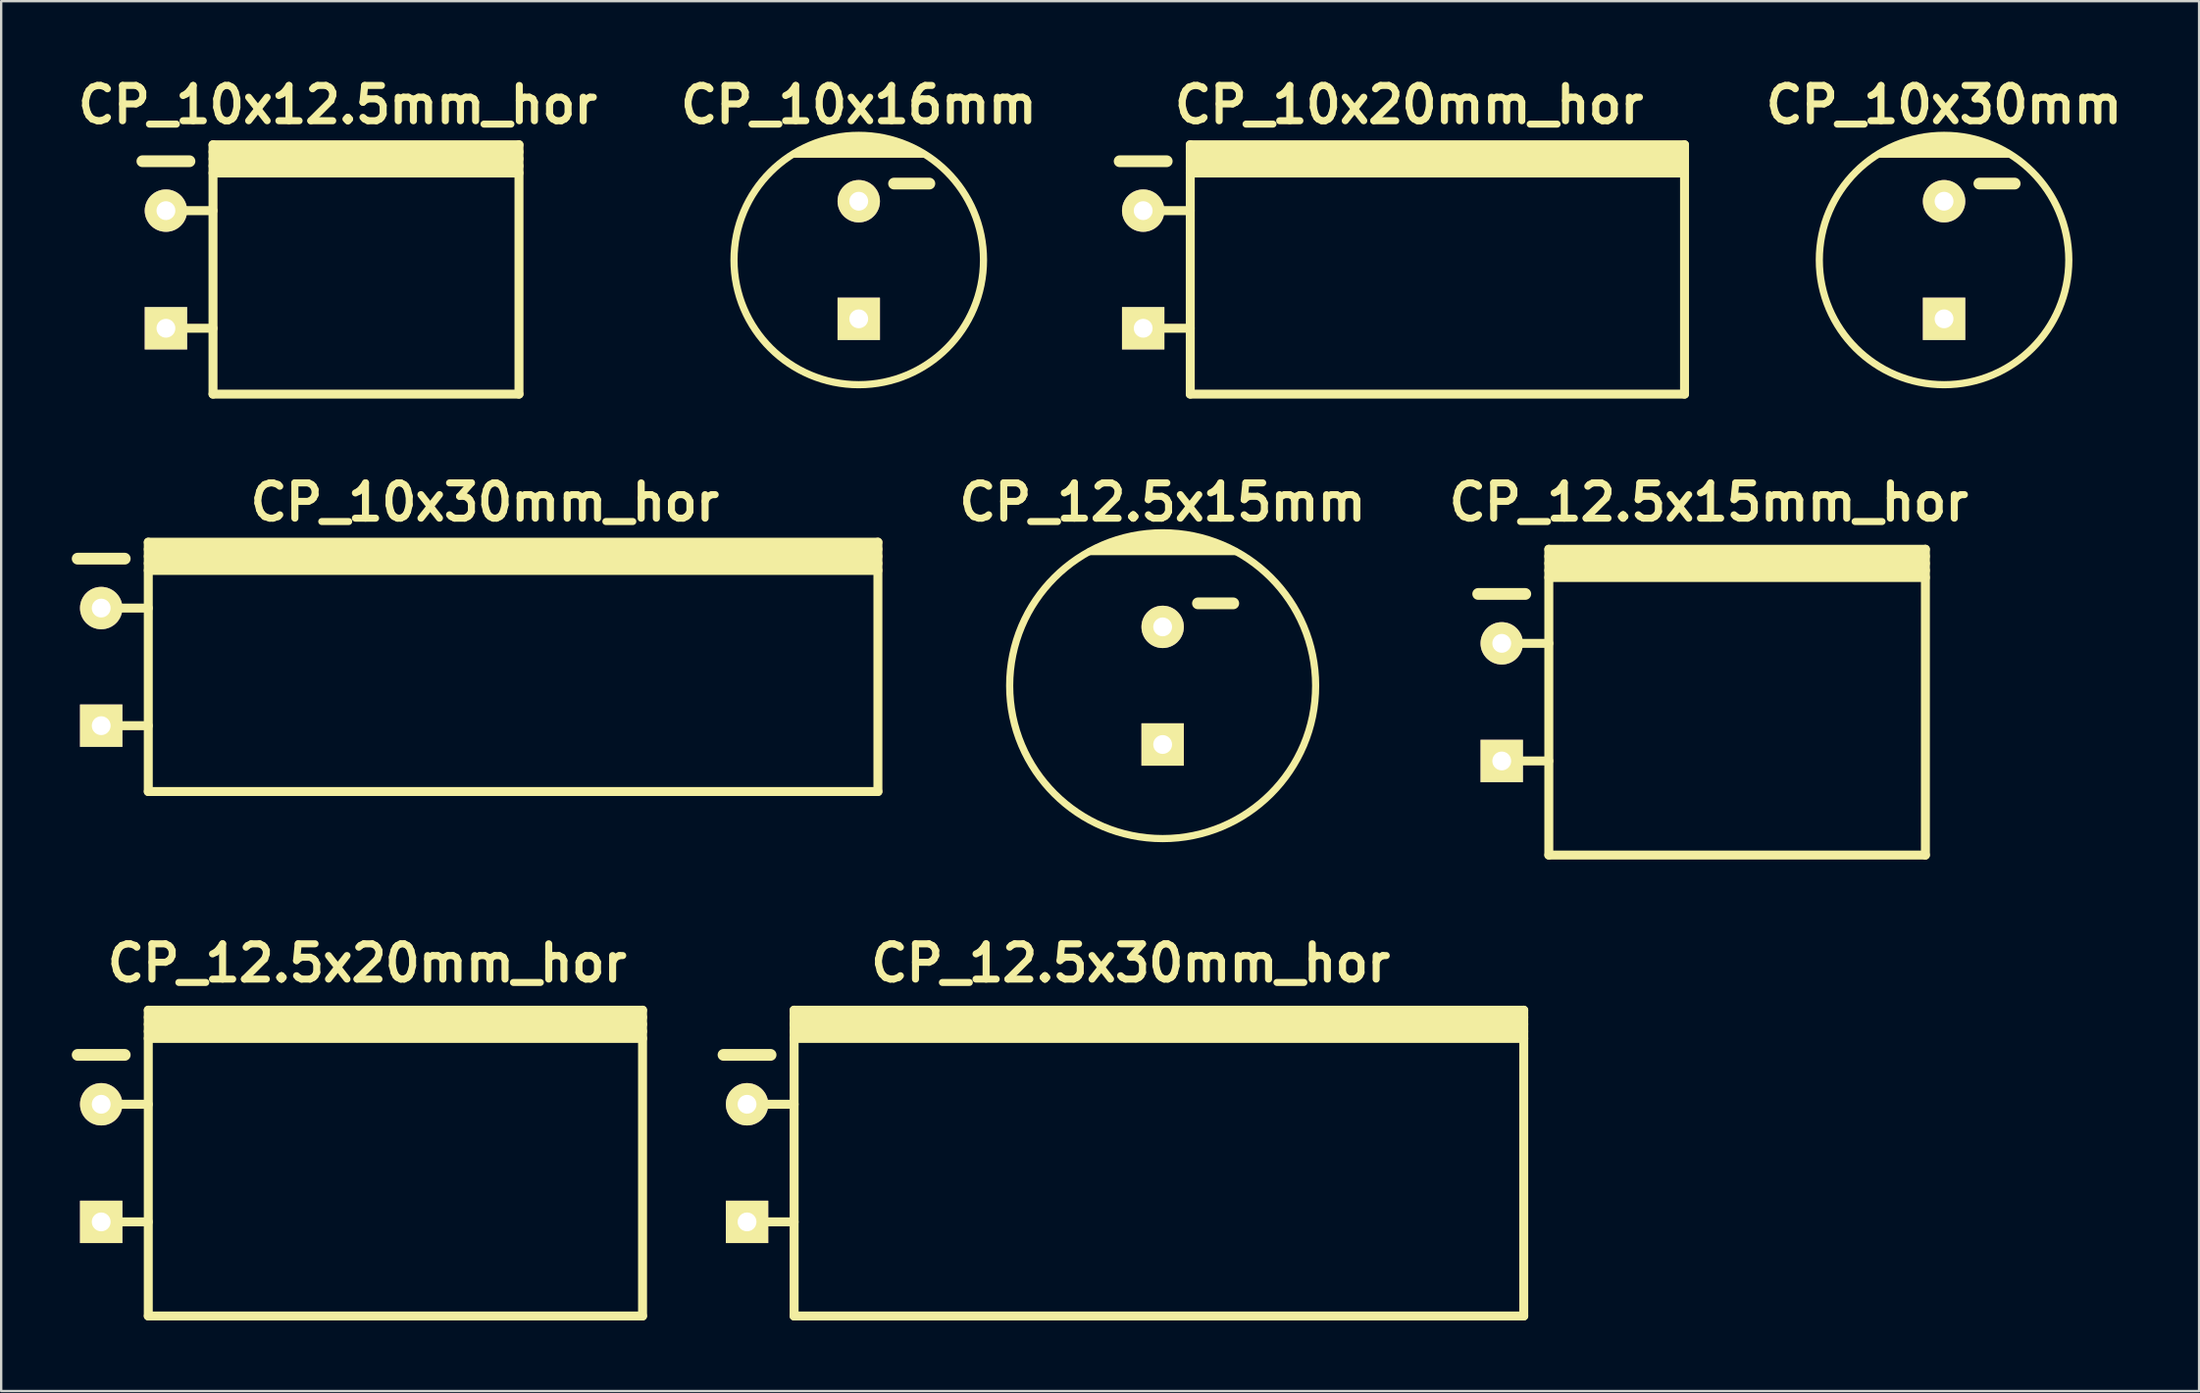
<source format=kicad_pcb>
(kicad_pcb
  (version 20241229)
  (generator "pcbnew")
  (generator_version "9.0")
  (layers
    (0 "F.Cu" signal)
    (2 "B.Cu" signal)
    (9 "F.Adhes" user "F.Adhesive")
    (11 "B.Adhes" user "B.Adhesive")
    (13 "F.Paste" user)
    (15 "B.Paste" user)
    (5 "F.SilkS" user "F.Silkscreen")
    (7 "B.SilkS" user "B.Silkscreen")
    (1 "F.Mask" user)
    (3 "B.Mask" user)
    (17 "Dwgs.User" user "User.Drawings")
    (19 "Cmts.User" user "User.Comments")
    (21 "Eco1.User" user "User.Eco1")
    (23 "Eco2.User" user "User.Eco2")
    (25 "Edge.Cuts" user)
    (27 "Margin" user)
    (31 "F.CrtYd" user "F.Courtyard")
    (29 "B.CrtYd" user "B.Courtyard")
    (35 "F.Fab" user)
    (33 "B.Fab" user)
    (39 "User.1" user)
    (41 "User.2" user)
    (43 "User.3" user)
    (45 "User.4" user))
  (footprint "CP_12.5x20mm_hor"
    (layer "F.Cu")
    (at 12.55 46.393)
    (property "Reference" "CP_12.5x20mm_hor" (at 0 -8.5 0) (layer "F.SilkS") (effects (font (size 1.5 1.5) (thickness 0.3))))
    (attr through_hole)
    (fp_line (start -12.3 -4.6) (end -10.3 -4.6) (stroke (width 0.5) (type solid)) (layer "F.SilkS"))
    (fp_line (start -11.3 -2.5) (end -9.3 -2.5) (stroke (width 0.381) (type solid)) (layer "F.SilkS"))
    (fp_line (start -11.3 2.5) (end -9.3 2.5) (stroke (width 0.381) (type solid)) (layer "F.SilkS"))
    (fp_line (start -9.3 -6.2) (end 11.7 -6.2) (stroke (width 0.381) (type solid)) (layer "F.SilkS"))
    (fp_line (start -9.3 -5.9) (end 11.7 -5.9) (stroke (width 0.381) (type solid)) (layer "F.SilkS"))
    (fp_line (start -9.3 -5.6) (end 11.7 -5.6) (stroke (width 0.381) (type solid)) (layer "F.SilkS"))
    (fp_line (start -9.3 -5.3) (end 11.7 -5.3) (stroke (width 0.381) (type solid)) (layer "F.SilkS"))
    (fp_line (start -9.3 6.5) (end -9.3 -6.5) (stroke (width 0.381) (type solid)) (layer "F.SilkS"))
    (fp_line (start 11.7 -6.5) (end -9.3 -6.5) (stroke (width 0.381) (type solid)) (layer "F.SilkS"))
    (fp_line (start 11.7 -6.5) (end 11.7 6.5) (stroke (width 0.381) (type solid)) (layer "F.SilkS"))
    (fp_line (start 11.7 6.5) (end -9.3 6.5) (stroke (width 0.381) (type solid)) (layer "F.SilkS"))
    (pad "1" thru_hole rect (at -11.3 2.5) (size 1.8 1.8) (drill 0.8) (layers "*.Cu" "*.Mask" "F.SilkS"))
    (pad "2" thru_hole circle (at -11.3 -2.5) (size 1.8 1.8) (drill 0.8) (layers "*.Cu" "*.Mask" "F.SilkS")))
  (footprint "CP_12.5x30mm_hor"
    (layer "F.Cu")
    (at 44.99 46.393)
    (property "Reference" "CP_12.5x30mm_hor" (at 0 -8.5 0) (layer "F.SilkS") (effects (font (size 1.5 1.5) (thickness 0.3))))
    (attr through_hole)
    (fp_line (start -17.3 -4.6) (end -15.3 -4.6) (stroke (width 0.5) (type solid)) (layer "F.SilkS"))
    (fp_line (start -16.3 -2.5) (end -14.3 -2.5) (stroke (width 0.381) (type solid)) (layer "F.SilkS"))
    (fp_line (start -16.3 2.5) (end -14.3 2.5) (stroke (width 0.381) (type solid)) (layer "F.SilkS"))
    (fp_line (start -14.3 -6.2) (end 16.7 -6.2) (stroke (width 0.381) (type solid)) (layer "F.SilkS"))
    (fp_line (start -14.3 -5.9) (end 16.7 -5.9) (stroke (width 0.381) (type solid)) (layer "F.SilkS"))
    (fp_line (start -14.3 -5.6) (end 16.7 -5.6) (stroke (width 0.381) (type solid)) (layer "F.SilkS"))
    (fp_line (start -14.3 -5.3) (end 16.7 -5.3) (stroke (width 0.381) (type solid)) (layer "F.SilkS"))
    (fp_line (start -14.3 6.5) (end -14.3 -6.5) (stroke (width 0.381) (type solid)) (layer "F.SilkS"))
    (fp_line (start 16.7 -6.5) (end -14.3 -6.5) (stroke (width 0.381) (type solid)) (layer "F.SilkS"))
    (fp_line (start 16.7 -6.5) (end 16.7 6.5) (stroke (width 0.381) (type solid)) (layer "F.SilkS"))
    (fp_line (start 16.7 6.5) (end -14.3 6.5) (stroke (width 0.381) (type solid)) (layer "F.SilkS"))
    (pad "1" thru_hole rect (at -16.3 2.5) (size 1.8 1.8) (drill 0.8) (layers "*.Cu" "*.Mask" "F.SilkS"))
    (pad "2" thru_hole circle (at -16.3 -2.5) (size 1.8 1.8) (drill 0.8) (layers "*.Cu" "*.Mask" "F.SilkS")))
  (footprint "CP_10x16mm"
    (layer "F.Cu")
    (at 33.436 8.004)
    (property "Reference" "CP_10x16mm" (at 0 -6.6 0) (layer "F.SilkS") (effects (font (size 1.5 1.5) (thickness 0.3))))
    (attr through_hole)
    (fp_line (start -2.7 -4.5) (end 2.7 -4.5) (stroke (width 0.305) (type solid)) (layer "F.SilkS"))
    (fp_line (start -1.3 -5.1) (end 1.3 -5.1) (stroke (width 0.305) (type solid)) (layer "F.SilkS"))
    (fp_line (start 1.5 -3.25) (end 3 -3.25) (stroke (width 0.5) (type solid)) (layer "F.SilkS"))
    (fp_line (start 1.9 -4.9) (end -1.9 -4.9) (stroke (width 0.305) (type solid)) (layer "F.SilkS"))
    (fp_line (start 2.3 -4.7) (end -2.3 -4.7) (stroke (width 0.305) (type solid)) (layer "F.SilkS"))
    (fp_circle (center 0 0) (end -5.3 0) (stroke (width 0.305) (type solid)) (fill no) (layer "F.SilkS"))
    (pad "1" thru_hole rect (at 0 2.5) (size 1.8 1.8) (drill 0.8) (layers "*.Cu" "*.Mask" "F.SilkS"))
    (pad "2" thru_hole circle (at 0 -2.5) (size 1.8 1.8) (drill 0.8) (layers "*.Cu" "*.Mask" "F.SilkS")))
  (footprint "CP_10x20mm_hor"
    (layer "F.Cu")
    (at 56.821 8.404)
    (property "Reference" "CP_10x20mm_hor" (at 0 -7 0) (layer "F.SilkS") (effects (font (size 1.5 1.5) (thickness 0.3))))
    (attr through_hole)
    (fp_line (start -12.3 -4.6) (end -10.3 -4.6) (stroke (width 0.5) (type solid)) (layer "F.SilkS"))
    (fp_line (start -11.3 -2.5) (end -9.3 -2.5) (stroke (width 0.381) (type solid)) (layer "F.SilkS"))
    (fp_line (start -11.3 2.5) (end -9.3 2.5) (stroke (width 0.381) (type solid)) (layer "F.SilkS"))
    (fp_line (start -9.3 -5) (end 11.7 -5) (stroke (width 0.381) (type solid)) (layer "F.SilkS"))
    (fp_line (start -9.3 -4.7) (end 11.7 -4.7) (stroke (width 0.381) (type solid)) (layer "F.SilkS"))
    (fp_line (start -9.3 -4.4) (end 11.7 -4.4) (stroke (width 0.381) (type solid)) (layer "F.SilkS"))
    (fp_line (start -9.3 -4.1) (end 11.7 -4.1) (stroke (width 0.381) (type solid)) (layer "F.SilkS"))
    (fp_line (start -9.3 5.3) (end -9.3 -5.3) (stroke (width 0.381) (type solid)) (layer "F.SilkS"))
    (fp_line (start 11.7 -5.3) (end -9.3 -5.3) (stroke (width 0.381) (type solid)) (layer "F.SilkS"))
    (fp_line (start 11.7 -5.3) (end 11.7 5.3) (stroke (width 0.381) (type solid)) (layer "F.SilkS"))
    (fp_line (start 11.7 5.3) (end -9.3 5.3) (stroke (width 0.381) (type solid)) (layer "F.SilkS"))
    (pad "1" thru_hole rect (at -11.3 2.5) (size 1.8 1.8) (drill 0.8) (layers "*.Cu" "*.Mask" "F.SilkS"))
    (pad "2" thru_hole circle (at -11.3 -2.5) (size 1.8 1.8) (drill 0.8) (layers "*.Cu" "*.Mask" "F.SilkS")))
  (footprint "CP_12.5x15mm"
    (layer "F.Cu")
    (at 46.348 26.099)
    (property "Reference" "CP_12.5x15mm" (at 0 -7.8 0) (layer "F.SilkS") (effects (font (size 1.5 1.5) (thickness 0.3))))
    (attr through_hole)
    (fp_line (start -3.1 -5.7) (end 3.1 -5.7) (stroke (width 0.305) (type solid)) (layer "F.SilkS"))
    (fp_line (start -1.4 -6.3) (end 1.4 -6.3) (stroke (width 0.305) (type solid)) (layer "F.SilkS"))
    (fp_line (start 1.5 -3.5) (end 3 -3.5) (stroke (width 0.5) (type solid)) (layer "F.SilkS"))
    (fp_line (start 2 -6.1) (end -2 -6.1) (stroke (width 0.305) (type solid)) (layer "F.SilkS"))
    (fp_line (start 2.4 -5.9) (end -2.4 -5.9) (stroke (width 0.305) (type solid)) (layer "F.SilkS"))
    (fp_circle (center 0 0) (end -6.5 0) (stroke (width 0.305) (type solid)) (fill no) (layer "F.SilkS"))
    (pad "1" thru_hole rect (at 0 2.5) (size 1.8 1.8) (drill 0.8) (layers "*.Cu" "*.Mask" "F.SilkS"))
    (pad "2" thru_hole circle (at 0 -2.5) (size 1.8 1.8) (drill 0.8) (layers "*.Cu" "*.Mask" "F.SilkS")))
  (footprint "CP_10x30mm"
    (layer "F.Cu")
    (at 79.548 8.004)
    (property "Reference" "CP_10x30mm" (at 0 -6.6 0) (layer "F.SilkS") (effects (font (size 1.5 1.5) (thickness 0.3))))
    (attr through_hole)
    (fp_line (start -2.7 -4.5) (end 2.7 -4.5) (stroke (width 0.305) (type solid)) (layer "F.SilkS"))
    (fp_line (start -1.3 -5.1) (end 1.3 -5.1) (stroke (width 0.305) (type solid)) (layer "F.SilkS"))
    (fp_line (start 1.5 -3.25) (end 3 -3.25) (stroke (width 0.5) (type solid)) (layer "F.SilkS"))
    (fp_line (start 1.9 -4.9) (end -1.9 -4.9) (stroke (width 0.305) (type solid)) (layer "F.SilkS"))
    (fp_line (start 2.3 -4.7) (end -2.3 -4.7) (stroke (width 0.305) (type solid)) (layer "F.SilkS"))
    (fp_circle (center 0 0) (end -5.3 0) (stroke (width 0.305) (type solid)) (fill no) (layer "F.SilkS"))
    (pad "1" thru_hole rect (at 0 2.5) (size 1.8 1.8) (drill 0.8) (layers "*.Cu" "*.Mask" "F.SilkS"))
    (pad "2" thru_hole circle (at 0 -2.5) (size 1.8 1.8) (drill 0.8) (layers "*.Cu" "*.Mask" "F.SilkS")))
  (footprint "CP_12.5x15mm_hor"
    (layer "F.Cu")
    (at 69.555 26.799)
    (property "Reference" "CP_12.5x15mm_hor" (at 0 -8.5 0) (layer "F.SilkS") (effects (font (size 1.5 1.5) (thickness 0.3))))
    (attr through_hole)
    (fp_line (start -9.8 -4.6) (end -7.8 -4.6) (stroke (width 0.5) (type solid)) (layer "F.SilkS"))
    (fp_line (start -8.8 -2.5) (end -6.8 -2.5) (stroke (width 0.381) (type solid)) (layer "F.SilkS"))
    (fp_line (start -8.8 2.5) (end -6.8 2.5) (stroke (width 0.381) (type solid)) (layer "F.SilkS"))
    (fp_line (start -6.8 -6.2) (end 9.2 -6.2) (stroke (width 0.381) (type solid)) (layer "F.SilkS"))
    (fp_line (start -6.8 -5.9) (end 9.2 -5.9) (stroke (width 0.381) (type solid)) (layer "F.SilkS"))
    (fp_line (start -6.8 -5.6) (end 9.2 -5.6) (stroke (width 0.381) (type solid)) (layer "F.SilkS"))
    (fp_line (start -6.8 -5.3) (end 9.2 -5.3) (stroke (width 0.381) (type solid)) (layer "F.SilkS"))
    (fp_line (start -6.8 6.5) (end -6.8 -6.5) (stroke (width 0.381) (type solid)) (layer "F.SilkS"))
    (fp_line (start 9.2 -6.5) (end -6.8 -6.5) (stroke (width 0.381) (type solid)) (layer "F.SilkS"))
    (fp_line (start 9.2 -6.5) (end 9.2 6.5) (stroke (width 0.381) (type solid)) (layer "F.SilkS"))
    (fp_line (start 9.2 6.5) (end -6.8 6.5) (stroke (width 0.381) (type solid)) (layer "F.SilkS"))
    (pad "1" thru_hole rect (at -8.8 2.5) (size 1.8 1.8) (drill 0.8) (layers "*.Cu" "*.Mask" "F.SilkS"))
    (pad "2" thru_hole circle (at -8.8 -2.5) (size 1.8 1.8) (drill 0.8) (layers "*.Cu" "*.Mask" "F.SilkS")))
  (footprint "CP_10x12.5mm_hor"
    (layer "F.Cu")
    (at 11.3 8.404)
    (property "Reference" "CP_10x12.5mm_hor" (at 0 -7 0) (layer "F.SilkS") (effects (font (size 1.5 1.5) (thickness 0.3))))
    (attr through_hole)
    (fp_line (start -8.3 -4.6) (end -6.3 -4.6) (stroke (width 0.5) (type solid)) (layer "F.SilkS"))
    (fp_line (start -7.3 -2.5) (end -5.3 -2.5) (stroke (width 0.381) (type solid)) (layer "F.SilkS"))
    (fp_line (start -7.3 2.5) (end -5.3 2.5) (stroke (width 0.381) (type solid)) (layer "F.SilkS"))
    (fp_line (start -5.3 -5) (end 7.7 -5) (stroke (width 0.381) (type solid)) (layer "F.SilkS"))
    (fp_line (start -5.3 -4.7) (end 7.7 -4.7) (stroke (width 0.381) (type solid)) (layer "F.SilkS"))
    (fp_line (start -5.3 -4.4) (end 7.7 -4.4) (stroke (width 0.381) (type solid)) (layer "F.SilkS"))
    (fp_line (start -5.3 -4.1) (end 7.7 -4.1) (stroke (width 0.381) (type solid)) (layer "F.SilkS"))
    (fp_line (start -5.3 5.3) (end -5.3 -5.3) (stroke (width 0.381) (type solid)) (layer "F.SilkS"))
    (fp_line (start 7.7 -5.3) (end -5.3 -5.3) (stroke (width 0.381) (type solid)) (layer "F.SilkS"))
    (fp_line (start 7.7 -5.3) (end 7.7 5.3) (stroke (width 0.381) (type solid)) (layer "F.SilkS"))
    (fp_line (start 7.7 5.3) (end -5.3 5.3) (stroke (width 0.381) (type solid)) (layer "F.SilkS"))
    (pad "1" thru_hole rect (at -7.3 2.5) (size 1.8 1.8) (drill 0.8) (layers "*.Cu" "*.Mask" "F.SilkS"))
    (pad "2" thru_hole circle (at -7.3 -2.5) (size 1.8 1.8) (drill 0.8) (layers "*.Cu" "*.Mask" "F.SilkS")))
  (footprint "CP_10x30mm_hor"
    (layer "F.Cu")
    (at 17.55 25.299)
    (property "Reference" "CP_10x30mm_hor" (at 0 -7 0) (layer "F.SilkS") (effects (font (size 1.5 1.5) (thickness 0.3))))
    (attr through_hole)
    (fp_line (start -17.3 -4.6) (end -15.3 -4.6) (stroke (width 0.5) (type solid)) (layer "F.SilkS"))
    (fp_line (start -16.3 -2.5) (end -14.3 -2.5) (stroke (width 0.381) (type solid)) (layer "F.SilkS"))
    (fp_line (start -16.3 2.5) (end -14.3 2.5) (stroke (width 0.381) (type solid)) (layer "F.SilkS"))
    (fp_line (start -14.3 -5) (end 16.7 -5) (stroke (width 0.381) (type solid)) (layer "F.SilkS"))
    (fp_line (start -14.3 -4.7) (end 16.7 -4.7) (stroke (width 0.381) (type solid)) (layer "F.SilkS"))
    (fp_line (start -14.3 -4.4) (end 16.7 -4.4) (stroke (width 0.381) (type solid)) (layer "F.SilkS"))
    (fp_line (start -14.3 -4.1) (end 16.7 -4.1) (stroke (width 0.381) (type solid)) (layer "F.SilkS"))
    (fp_line (start -14.3 5.3) (end -14.3 -5.3) (stroke (width 0.381) (type solid)) (layer "F.SilkS"))
    (fp_line (start 16.7 -5.3) (end -14.3 -5.3) (stroke (width 0.381) (type solid)) (layer "F.SilkS"))
    (fp_line (start 16.7 -5.3) (end 16.7 5.3) (stroke (width 0.381) (type solid)) (layer "F.SilkS"))
    (fp_line (start 16.7 5.3) (end -14.3 5.3) (stroke (width 0.381) (type solid)) (layer "F.SilkS"))
    (pad "1" thru_hole rect (at -16.3 2.5) (size 1.8 1.8) (drill 0.8) (layers "*.Cu" "*.Mask" "F.SilkS"))
    (pad "2" thru_hole circle (at -16.3 -2.5) (size 1.8 1.8) (drill 0.8) (layers "*.Cu" "*.Mask" "F.SilkS")))
  (gr_rect
    (start -3 -3)
    (end 90.383 56.084)
    (stroke (width 0.1) (type default))
    (fill no)
    (layer "Edge.Cuts")))
</source>
